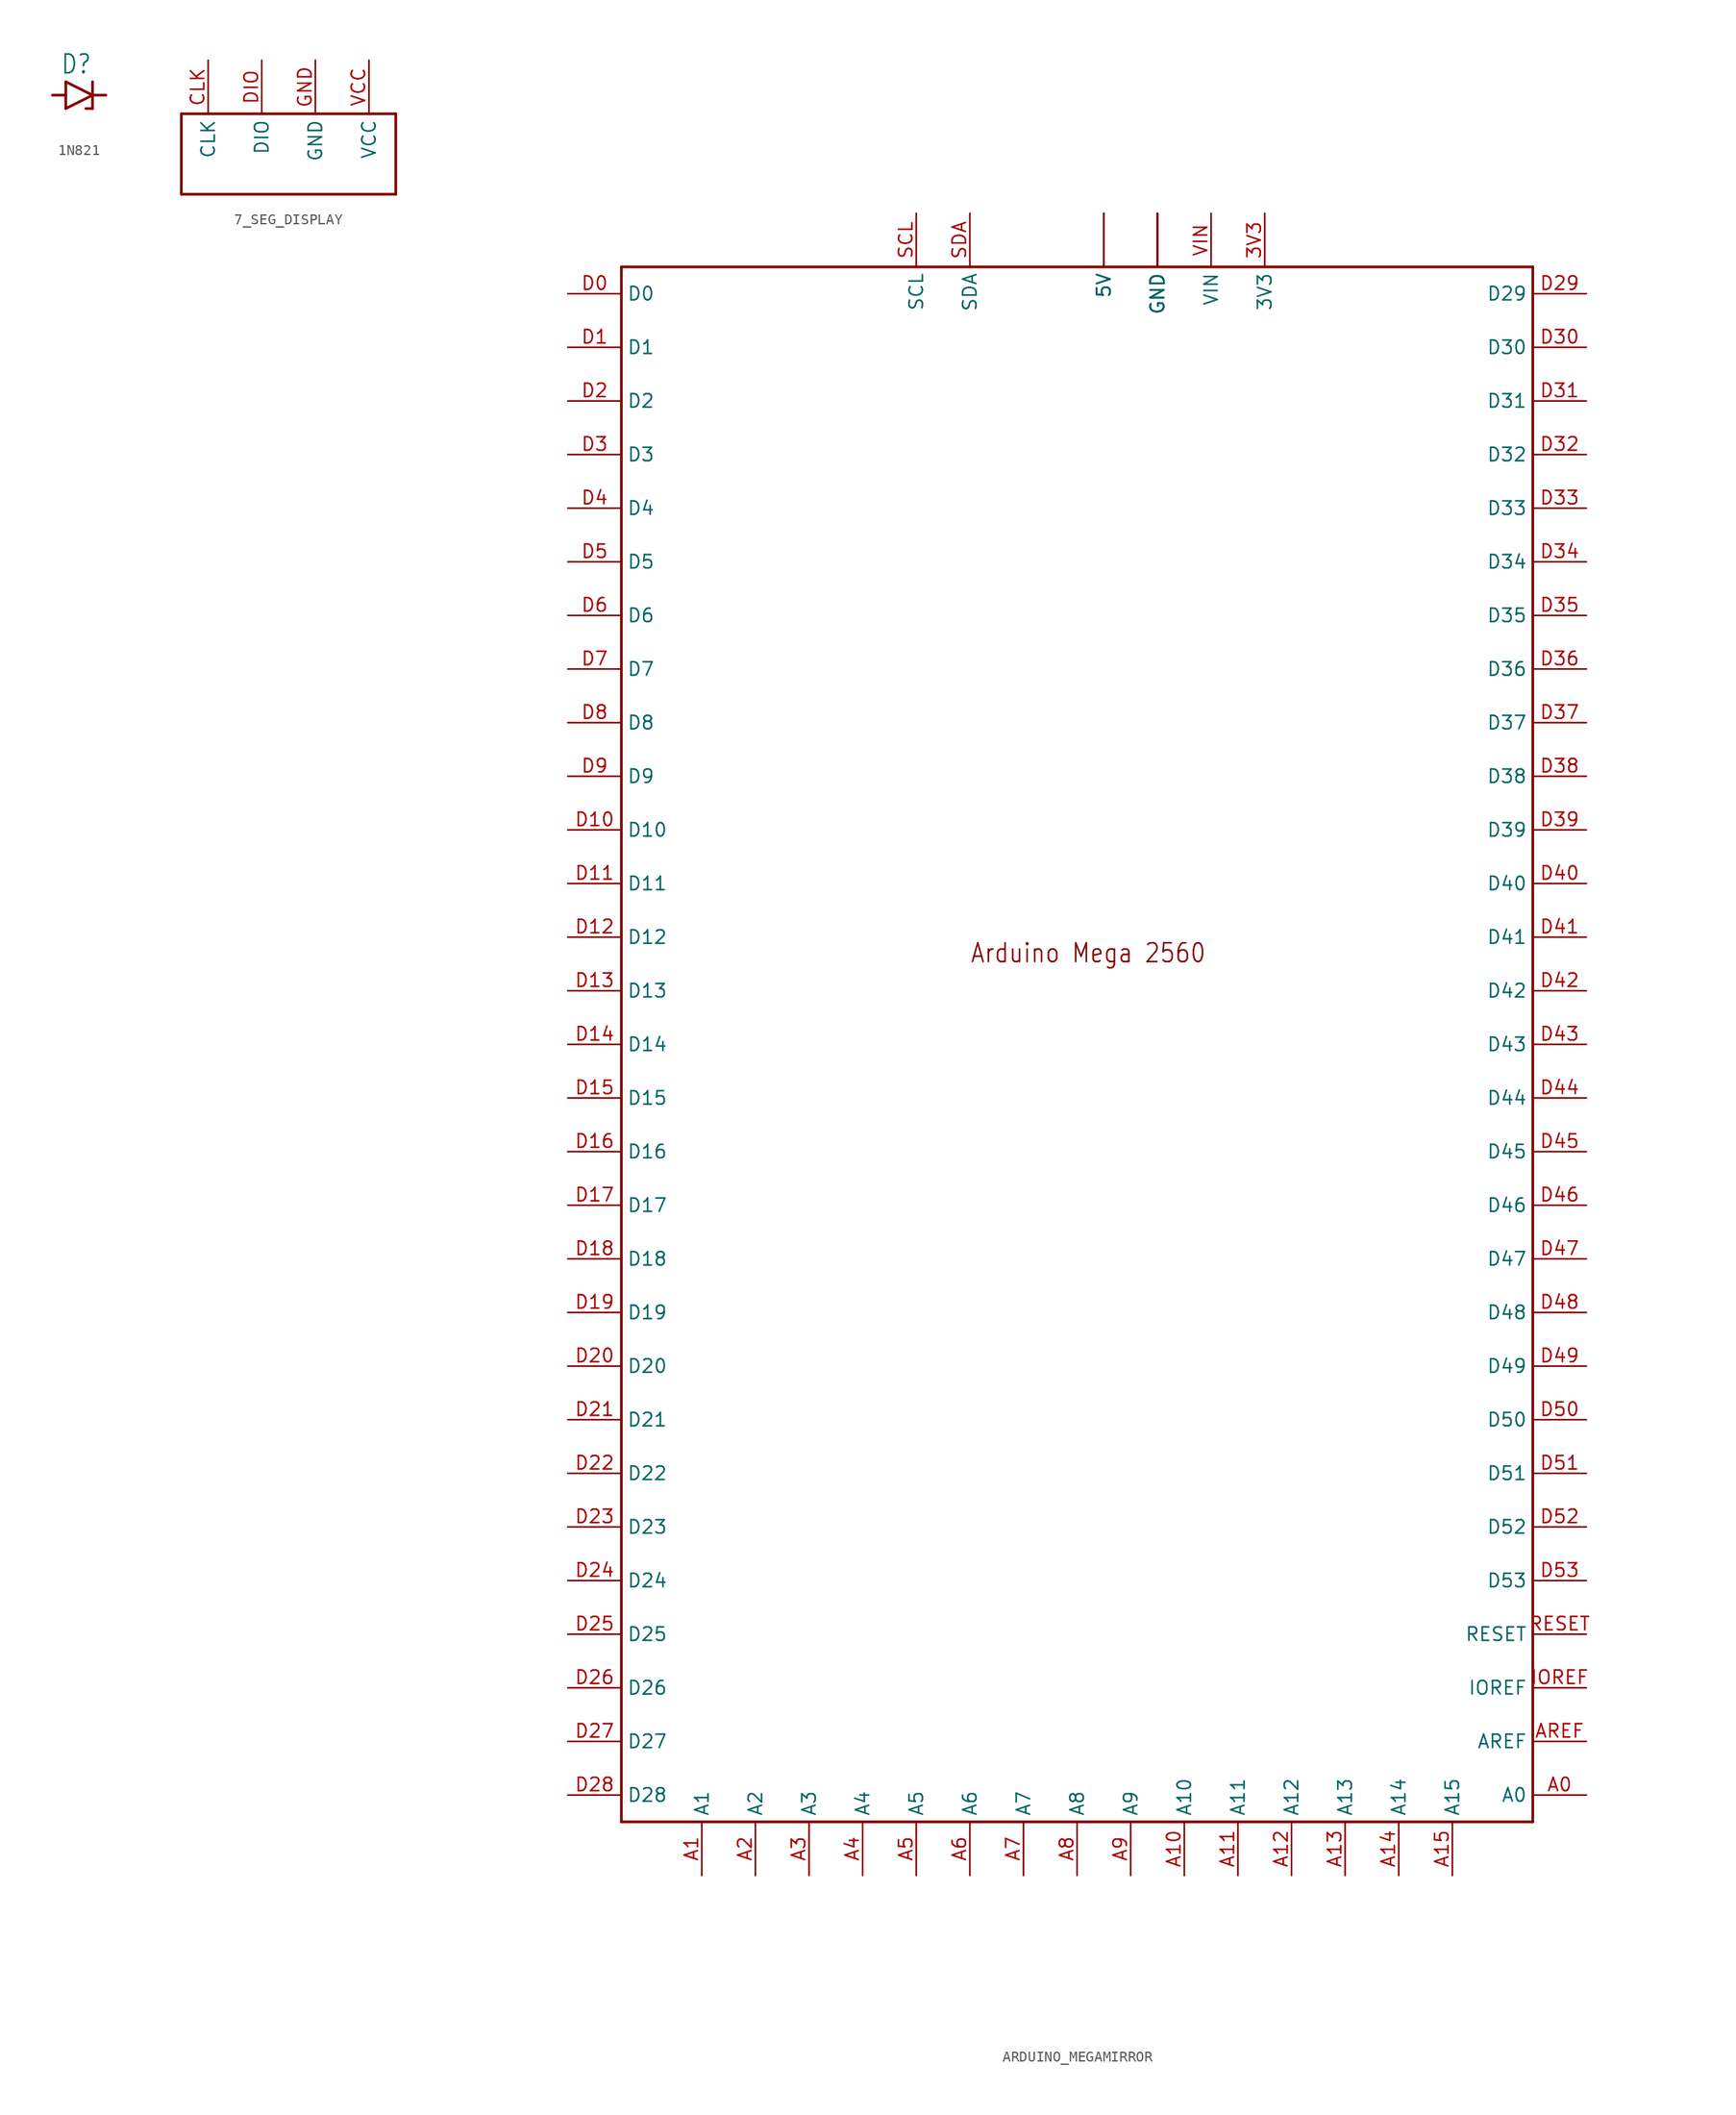
<source format=kicad_sym>
(kicad_symbol_lib
  (version 20231120)
  (generator "kicad_symbol_editor")
  (generator_version "8.0")
  (symbol "1N821"
    (property "Reference" "D"
      (at -1.778 1.905 0)
      (effects (font (size 1.778 1.511)) (justify left bottom)))
    (property "Value" ""
      (at -1.778 -3.429 0)
      (effects (font (size 1.778 1.511)) (justify left bottom)))
    (property "ki_locked" ""
      (at 0 0 0)
      (effects (font (size 1.27 1.27))))
    (symbol "1N821_1_0"
      (polyline (pts (xy -1.27 -1.27) (xy 1.27 0)) (stroke (width 0.254) (type solid)) (fill (type none)))
      (polyline (pts (xy -1.27 0) (xy -2.54 0)) (stroke (width 0.254) (type solid)) (fill (type none)))
      (polyline (pts (xy -1.27 0) (xy -1.27 -1.27)) (stroke (width 0.254) (type solid)) (fill (type none)))
      (polyline (pts (xy -1.27 1.27) (xy -1.27 0)) (stroke (width 0.254) (type solid)) (fill (type none)))
      (polyline (pts (xy 1.27 -1.27) (xy 0.635 -1.27)) (stroke (width 0.254) (type solid)) (fill (type none)))
      (polyline (pts (xy 1.27 0) (xy -1.27 1.27)) (stroke (width 0.254) (type solid)) (fill (type none)))
      (polyline (pts (xy 1.27 0) (xy 1.27 -1.27)) (stroke (width 0.254) (type solid)) (fill (type none)))
      (polyline (pts (xy 1.27 0) (xy 2.54 0)) (stroke (width 0.254) (type solid)) (fill (type none)))
      (polyline (pts (xy 1.27 1.27) (xy 1.27 0)) (stroke (width 0.254) (type solid)) (fill (type none)))
      (pin passive line (at -2.54 0 0) (length 0) (name "A" (effects (font (size 0 0)))) (number "A" (effects (font (size 0 0)))))
      (pin passive line (at 2.54 0 180) (length 0) (name "C" (effects (font (size 0 0)))) (number "C" (effects (font (size 0 0)))))))
  (symbol "7_SEG_DISPLAY"
    (property "Reference" ""
      (at 0 0 0)
      (effects (font (size 1.27 1.27)) (hide yes)))
    (property "ki_locked" ""
      (at 0 0 0)
      (effects (font (size 1.27 1.27))))
    (symbol "7_SEG_DISPLAY_1_0"
      (polyline (pts (xy -10.16 -5.08) (xy -10.16 2.54)) (stroke (width 0.254) (type solid)) (fill (type none)))
      (polyline (pts (xy -10.16 2.54) (xy 10.16 2.54)) (stroke (width 0.254) (type solid)) (fill (type none)))
      (polyline (pts (xy 10.16 -5.08) (xy -10.16 -5.08)) (stroke (width 0.254) (type solid)) (fill (type none)))
      (polyline (pts (xy 10.16 2.54) (xy 10.16 -5.08)) (stroke (width 0.254) (type solid)) (fill (type none)))
      (pin bidirectional line (at -7.62 7.62 270) (length 5.08) (name "CLK" (effects (font (size 1.27 1.27)))) (number "CLK" (effects (font (size 1.27 1.27)))))
      (pin bidirectional line (at -2.54 7.62 270) (length 5.08) (name "DIO" (effects (font (size 1.27 1.27)))) (number "DIO" (effects (font (size 1.27 1.27)))))
      (pin bidirectional line (at 2.54 7.62 270) (length 5.08) (name "GND" (effects (font (size 1.27 1.27)))) (number "GND" (effects (font (size 1.27 1.27)))))
      (pin bidirectional line (at 7.62 7.62 270) (length 5.08) (name "VCC" (effects (font (size 1.27 1.27)))) (number "VCC" (effects (font (size 1.27 1.27)))))))
  (symbol "ARDUINO_MEGAMIRROR"
    (property "Reference" ""
      (at 0 0 0)
      (effects (font (size 1.27 1.27)) (hide yes)))
    (property "ki_locked" ""
      (at 0 0 0)
      (effects (font (size 1.27 1.27))))
    (symbol "ARDUINO_MEGAMIRROR_1_0"
      (polyline (pts (xy -43.18 -76.2) (xy 43.18 -76.2)) (stroke (width 0.254) (type solid)) (fill (type none)))
      (polyline (pts (xy -43.18 71.12) (xy -43.18 -76.2)) (stroke (width 0.254) (type solid)) (fill (type none)))
      (polyline (pts (xy 43.18 -76.2) (xy 43.18 71.12)) (stroke (width 0.254) (type solid)) (fill (type none)))
      (polyline (pts (xy 43.18 71.12) (xy -43.18 71.12)) (stroke (width 0.254) (type solid)) (fill (type none)))
      (text "Arduino Mega 2560" (at -10.16 5.08 0) (effects (font (size 1.778 1.511)) (justify left bottom)))
      (pin power_in line (at 17.78 76.2 270) (length 5.08) (name "3V3" (effects (font (size 1.27 1.27)))) (number "3V3" (effects (font (size 1.27 1.27)))))
      (pin power_in line (at 2.54 76.2 270) (length 5.08) (name "5V" (effects (font (size 1.27 1.27)))) (number "5V@1" (effects (font (size 0 0)))))
      (pin power_in line (at 2.54 76.2 270) (length 5.08) (name "5V" (effects (font (size 1.27 1.27)))) (number "5V@2" (effects (font (size 0 0)))))
      (pin power_in line (at 2.54 76.2 270) (length 5.08) (name "5V" (effects (font (size 1.27 1.27)))) (number "5V@3" (effects (font (size 0 0)))))
      (pin bidirectional line (at 48.26 -73.66 180) (length 5.08) (name "A0" (effects (font (size 1.27 1.27)))) (number "A0" (effects (font (size 1.27 1.27)))))
      (pin bidirectional line (at -35.56 -81.28 90) (length 5.08) (name "A1" (effects (font (size 1.27 1.27)))) (number "A1" (effects (font (size 1.27 1.27)))))
      (pin bidirectional line (at 10.16 -81.28 90) (length 5.08) (name "A10" (effects (font (size 1.27 1.27)))) (number "A10" (effects (font (size 1.27 1.27)))))
      (pin bidirectional line (at 15.24 -81.28 90) (length 5.08) (name "A11" (effects (font (size 1.27 1.27)))) (number "A11" (effects (font (size 1.27 1.27)))))
      (pin bidirectional line (at 20.32 -81.28 90) (length 5.08) (name "A12" (effects (font (size 1.27 1.27)))) (number "A12" (effects (font (size 1.27 1.27)))))
      (pin bidirectional line (at 25.4 -81.28 90) (length 5.08) (name "A13" (effects (font (size 1.27 1.27)))) (number "A13" (effects (font (size 1.27 1.27)))))
      (pin bidirectional line (at 30.48 -81.28 90) (length 5.08) (name "A14" (effects (font (size 1.27 1.27)))) (number "A14" (effects (font (size 1.27 1.27)))))
      (pin bidirectional line (at 35.56 -81.28 90) (length 5.08) (name "A15" (effects (font (size 1.27 1.27)))) (number "A15" (effects (font (size 1.27 1.27)))))
      (pin bidirectional line (at -30.48 -81.28 90) (length 5.08) (name "A2" (effects (font (size 1.27 1.27)))) (number "A2" (effects (font (size 1.27 1.27)))))
      (pin bidirectional line (at -25.4 -81.28 90) (length 5.08) (name "A3" (effects (font (size 1.27 1.27)))) (number "A3" (effects (font (size 1.27 1.27)))))
      (pin bidirectional line (at -20.32 -81.28 90) (length 5.08) (name "A4" (effects (font (size 1.27 1.27)))) (number "A4" (effects (font (size 1.27 1.27)))))
      (pin bidirectional line (at -15.24 -81.28 90) (length 5.08) (name "A5" (effects (font (size 1.27 1.27)))) (number "A5" (effects (font (size 1.27 1.27)))))
      (pin bidirectional line (at -10.16 -81.28 90) (length 5.08) (name "A6" (effects (font (size 1.27 1.27)))) (number "A6" (effects (font (size 1.27 1.27)))))
      (pin bidirectional line (at -5.08 -81.28 90) (length 5.08) (name "A7" (effects (font (size 1.27 1.27)))) (number "A7" (effects (font (size 1.27 1.27)))))
      (pin bidirectional line (at 0 -81.28 90) (length 5.08) (name "A8" (effects (font (size 1.27 1.27)))) (number "A8" (effects (font (size 1.27 1.27)))))
      (pin bidirectional line (at 5.08 -81.28 90) (length 5.08) (name "A9" (effects (font (size 1.27 1.27)))) (number "A9" (effects (font (size 1.27 1.27)))))
      (pin bidirectional line (at 48.26 -68.58 180) (length 5.08) (name "AREF" (effects (font (size 1.27 1.27)))) (number "AREF" (effects (font (size 1.27 1.27)))))
      (pin bidirectional line (at -48.26 68.58 0) (length 5.08) (name "D0" (effects (font (size 1.27 1.27)))) (number "D0" (effects (font (size 1.27 1.27)))))
      (pin bidirectional line (at -48.26 63.5 0) (length 5.08) (name "D1" (effects (font (size 1.27 1.27)))) (number "D1" (effects (font (size 1.27 1.27)))))
      (pin bidirectional line (at -48.26 17.78 0) (length 5.08) (name "D10" (effects (font (size 1.27 1.27)))) (number "D10" (effects (font (size 1.27 1.27)))))
      (pin bidirectional line (at -48.26 12.7 0) (length 5.08) (name "D11" (effects (font (size 1.27 1.27)))) (number "D11" (effects (font (size 1.27 1.27)))))
      (pin bidirectional line (at -48.26 7.62 0) (length 5.08) (name "D12" (effects (font (size 1.27 1.27)))) (number "D12" (effects (font (size 1.27 1.27)))))
      (pin bidirectional line (at -48.26 2.54 0) (length 5.08) (name "D13" (effects (font (size 1.27 1.27)))) (number "D13" (effects (font (size 1.27 1.27)))))
      (pin bidirectional line (at -48.26 -2.54 0) (length 5.08) (name "D14" (effects (font (size 1.27 1.27)))) (number "D14" (effects (font (size 1.27 1.27)))))
      (pin bidirectional line (at -48.26 -7.62 0) (length 5.08) (name "D15" (effects (font (size 1.27 1.27)))) (number "D15" (effects (font (size 1.27 1.27)))))
      (pin bidirectional line (at -48.26 -12.7 0) (length 5.08) (name "D16" (effects (font (size 1.27 1.27)))) (number "D16" (effects (font (size 1.27 1.27)))))
      (pin bidirectional line (at -48.26 -17.78 0) (length 5.08) (name "D17" (effects (font (size 1.27 1.27)))) (number "D17" (effects (font (size 1.27 1.27)))))
      (pin bidirectional line (at -48.26 -22.86 0) (length 5.08) (name "D18" (effects (font (size 1.27 1.27)))) (number "D18" (effects (font (size 1.27 1.27)))))
      (pin bidirectional line (at -48.26 -27.94 0) (length 5.08) (name "D19" (effects (font (size 1.27 1.27)))) (number "D19" (effects (font (size 1.27 1.27)))))
      (pin bidirectional line (at -48.26 58.42 0) (length 5.08) (name "D2" (effects (font (size 1.27 1.27)))) (number "D2" (effects (font (size 1.27 1.27)))))
      (pin bidirectional line (at -48.26 -33.02 0) (length 5.08) (name "D20" (effects (font (size 1.27 1.27)))) (number "D20" (effects (font (size 1.27 1.27)))))
      (pin bidirectional line (at -48.26 -38.1 0) (length 5.08) (name "D21" (effects (font (size 1.27 1.27)))) (number "D21" (effects (font (size 1.27 1.27)))))
      (pin bidirectional line (at -48.26 -43.18 0) (length 5.08) (name "D22" (effects (font (size 1.27 1.27)))) (number "D22" (effects (font (size 1.27 1.27)))))
      (pin bidirectional line (at -48.26 -48.26 0) (length 5.08) (name "D23" (effects (font (size 1.27 1.27)))) (number "D23" (effects (font (size 1.27 1.27)))))
      (pin bidirectional line (at -48.26 -53.34 0) (length 5.08) (name "D24" (effects (font (size 1.27 1.27)))) (number "D24" (effects (font (size 1.27 1.27)))))
      (pin bidirectional line (at -48.26 -58.42 0) (length 5.08) (name "D25" (effects (font (size 1.27 1.27)))) (number "D25" (effects (font (size 1.27 1.27)))))
      (pin bidirectional line (at -48.26 -63.5 0) (length 5.08) (name "D26" (effects (font (size 1.27 1.27)))) (number "D26" (effects (font (size 1.27 1.27)))))
      (pin bidirectional line (at -48.26 -68.58 0) (length 5.08) (name "D27" (effects (font (size 1.27 1.27)))) (number "D27" (effects (font (size 1.27 1.27)))))
      (pin bidirectional line (at -48.26 -73.66 0) (length 5.08) (name "D28" (effects (font (size 1.27 1.27)))) (number "D28" (effects (font (size 1.27 1.27)))))
      (pin bidirectional line (at 48.26 68.58 180) (length 5.08) (name "D29" (effects (font (size 1.27 1.27)))) (number "D29" (effects (font (size 1.27 1.27)))))
      (pin bidirectional line (at -48.26 53.34 0) (length 5.08) (name "D3" (effects (font (size 1.27 1.27)))) (number "D3" (effects (font (size 1.27 1.27)))))
      (pin bidirectional line (at 48.26 63.5 180) (length 5.08) (name "D30" (effects (font (size 1.27 1.27)))) (number "D30" (effects (font (size 1.27 1.27)))))
      (pin bidirectional line (at 48.26 58.42 180) (length 5.08) (name "D31" (effects (font (size 1.27 1.27)))) (number "D31" (effects (font (size 1.27 1.27)))))
      (pin bidirectional line (at 48.26 53.34 180) (length 5.08) (name "D32" (effects (font (size 1.27 1.27)))) (number "D32" (effects (font (size 1.27 1.27)))))
      (pin bidirectional line (at 48.26 48.26 180) (length 5.08) (name "D33" (effects (font (size 1.27 1.27)))) (number "D33" (effects (font (size 1.27 1.27)))))
      (pin bidirectional line (at 48.26 43.18 180) (length 5.08) (name "D34" (effects (font (size 1.27 1.27)))) (number "D34" (effects (font (size 1.27 1.27)))))
      (pin bidirectional line (at 48.26 38.1 180) (length 5.08) (name "D35" (effects (font (size 1.27 1.27)))) (number "D35" (effects (font (size 1.27 1.27)))))
      (pin bidirectional line (at 48.26 33.02 180) (length 5.08) (name "D36" (effects (font (size 1.27 1.27)))) (number "D36" (effects (font (size 1.27 1.27)))))
      (pin bidirectional line (at 48.26 27.94 180) (length 5.08) (name "D37" (effects (font (size 1.27 1.27)))) (number "D37" (effects (font (size 1.27 1.27)))))
      (pin bidirectional line (at 48.26 22.86 180) (length 5.08) (name "D38" (effects (font (size 1.27 1.27)))) (number "D38" (effects (font (size 1.27 1.27)))))
      (pin bidirectional line (at 48.26 17.78 180) (length 5.08) (name "D39" (effects (font (size 1.27 1.27)))) (number "D39" (effects (font (size 1.27 1.27)))))
      (pin bidirectional line (at -48.26 48.26 0) (length 5.08) (name "D4" (effects (font (size 1.27 1.27)))) (number "D4" (effects (font (size 1.27 1.27)))))
      (pin bidirectional line (at 48.26 12.7 180) (length 5.08) (name "D40" (effects (font (size 1.27 1.27)))) (number "D40" (effects (font (size 1.27 1.27)))))
      (pin bidirectional line (at 48.26 7.62 180) (length 5.08) (name "D41" (effects (font (size 1.27 1.27)))) (number "D41" (effects (font (size 1.27 1.27)))))
      (pin bidirectional line (at 48.26 2.54 180) (length 5.08) (name "D42" (effects (font (size 1.27 1.27)))) (number "D42" (effects (font (size 1.27 1.27)))))
      (pin bidirectional line (at 48.26 -2.54 180) (length 5.08) (name "D43" (effects (font (size 1.27 1.27)))) (number "D43" (effects (font (size 1.27 1.27)))))
      (pin bidirectional line (at 48.26 -7.62 180) (length 5.08) (name "D44" (effects (font (size 1.27 1.27)))) (number "D44" (effects (font (size 1.27 1.27)))))
      (pin bidirectional line (at 48.26 -12.7 180) (length 5.08) (name "D45" (effects (font (size 1.27 1.27)))) (number "D45" (effects (font (size 1.27 1.27)))))
      (pin bidirectional line (at 48.26 -17.78 180) (length 5.08) (name "D46" (effects (font (size 1.27 1.27)))) (number "D46" (effects (font (size 1.27 1.27)))))
      (pin bidirectional line (at 48.26 -22.86 180) (length 5.08) (name "D47" (effects (font (size 1.27 1.27)))) (number "D47" (effects (font (size 1.27 1.27)))))
      (pin bidirectional line (at 48.26 -27.94 180) (length 5.08) (name "D48" (effects (font (size 1.27 1.27)))) (number "D48" (effects (font (size 1.27 1.27)))))
      (pin bidirectional line (at 48.26 -33.02 180) (length 5.08) (name "D49" (effects (font (size 1.27 1.27)))) (number "D49" (effects (font (size 1.27 1.27)))))
      (pin bidirectional line (at -48.26 43.18 0) (length 5.08) (name "D5" (effects (font (size 1.27 1.27)))) (number "D5" (effects (font (size 1.27 1.27)))))
      (pin bidirectional line (at 48.26 -38.1 180) (length 5.08) (name "D50" (effects (font (size 1.27 1.27)))) (number "D50" (effects (font (size 1.27 1.27)))))
      (pin bidirectional line (at 48.26 -43.18 180) (length 5.08) (name "D51" (effects (font (size 1.27 1.27)))) (number "D51" (effects (font (size 1.27 1.27)))))
      (pin bidirectional line (at 48.26 -48.26 180) (length 5.08) (name "D52" (effects (font (size 1.27 1.27)))) (number "D52" (effects (font (size 1.27 1.27)))))
      (pin bidirectional line (at 48.26 -53.34 180) (length 5.08) (name "D53" (effects (font (size 1.27 1.27)))) (number "D53" (effects (font (size 1.27 1.27)))))
      (pin bidirectional line (at -48.26 38.1 0) (length 5.08) (name "D6" (effects (font (size 1.27 1.27)))) (number "D6" (effects (font (size 1.27 1.27)))))
      (pin bidirectional line (at -48.26 33.02 0) (length 5.08) (name "D7" (effects (font (size 1.27 1.27)))) (number "D7" (effects (font (size 1.27 1.27)))))
      (pin bidirectional line (at -48.26 27.94 0) (length 5.08) (name "D8" (effects (font (size 1.27 1.27)))) (number "D8" (effects (font (size 1.27 1.27)))))
      (pin bidirectional line (at -48.26 22.86 0) (length 5.08) (name "D9" (effects (font (size 1.27 1.27)))) (number "D9" (effects (font (size 1.27 1.27)))))
      (pin power_in line (at 7.62 76.2 270) (length 5.08) (name "GND" (effects (font (size 1.27 1.27)))) (number "GND@1" (effects (font (size 0 0)))))
      (pin power_in line (at 7.62 76.2 270) (length 5.08) (name "GND" (effects (font (size 1.27 1.27)))) (number "GND@2" (effects (font (size 0 0)))))
      (pin power_in line (at 7.62 76.2 270) (length 5.08) (name "GND" (effects (font (size 1.27 1.27)))) (number "GND@3" (effects (font (size 0 0)))))
      (pin power_in line (at 7.62 76.2 270) (length 5.08) (name "GND" (effects (font (size 1.27 1.27)))) (number "GND@4" (effects (font (size 0 0)))))
      (pin power_in line (at 7.62 76.2 270) (length 5.08) (name "GND" (effects (font (size 1.27 1.27)))) (number "GND@5" (effects (font (size 0 0)))))
      (pin bidirectional line (at 48.26 -63.5 180) (length 5.08) (name "IOREF" (effects (font (size 1.27 1.27)))) (number "IOREF" (effects (font (size 1.27 1.27)))))
      (pin bidirectional line (at 48.26 -58.42 180) (length 5.08) (name "RESET" (effects (font (size 1.27 1.27)))) (number "RESET" (effects (font (size 1.27 1.27)))))
      (pin bidirectional line (at -15.24 76.2 270) (length 5.08) (name "SCL" (effects (font (size 1.27 1.27)))) (number "SCL" (effects (font (size 1.27 1.27)))))
      (pin bidirectional line (at -10.16 76.2 270) (length 5.08) (name "SDA" (effects (font (size 1.27 1.27)))) (number "SDA" (effects (font (size 1.27 1.27)))))
      (pin power_in line (at 12.7 76.2 270) (length 5.08) (name "VIN" (effects (font (size 1.27 1.27)))) (number "VIN" (effects (font (size 1.27 1.27))))))))
</source>
